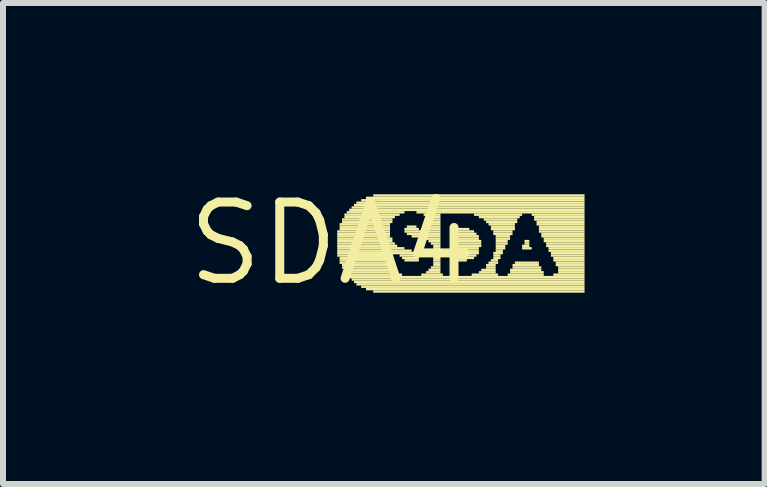
<source format=kicad_pcb>
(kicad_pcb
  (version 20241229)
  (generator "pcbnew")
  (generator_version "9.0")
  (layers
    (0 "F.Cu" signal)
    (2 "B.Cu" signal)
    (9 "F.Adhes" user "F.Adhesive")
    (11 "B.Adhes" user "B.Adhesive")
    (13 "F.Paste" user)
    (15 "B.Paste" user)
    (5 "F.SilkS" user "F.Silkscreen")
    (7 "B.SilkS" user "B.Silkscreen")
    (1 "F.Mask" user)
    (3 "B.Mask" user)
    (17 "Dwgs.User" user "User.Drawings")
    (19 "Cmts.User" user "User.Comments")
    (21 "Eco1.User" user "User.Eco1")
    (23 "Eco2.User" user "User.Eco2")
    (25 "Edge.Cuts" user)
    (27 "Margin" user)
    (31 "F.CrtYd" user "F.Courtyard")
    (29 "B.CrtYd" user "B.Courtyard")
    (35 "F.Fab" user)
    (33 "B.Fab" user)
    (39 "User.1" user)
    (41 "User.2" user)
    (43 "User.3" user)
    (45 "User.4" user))
  (footprint "SDA4"
    (layer "F.Cu")
    (at 2.487 1.006)
    (property "Reference" "SDA4" (at 0 0 0) (layer "F.SilkS") (effects (font (size 1.27 1.27) (thickness 0.15))))
    (fp_poly (pts (xy 0.08 -0.18) (xy 0.96 -0.18) (xy 0.96 -0.22) (xy 0.08 -0.22)) (stroke (width 0) (type default)) (fill yes) (layer "F.SilkS"))
    (fp_poly (pts (xy 0.08 -0.14) (xy 0.96 -0.14) (xy 0.96 -0.18) (xy 0.08 -0.18)) (stroke (width 0) (type default)) (fill yes) (layer "F.SilkS"))
    (fp_poly (pts (xy 0.08 -0.1) (xy 0.96 -0.1) (xy 0.96 -0.14) (xy 0.08 -0.14)) (stroke (width 0) (type default)) (fill yes) (layer "F.SilkS"))
    (fp_poly (pts (xy 0.08 -0.06) (xy 1 -0.06) (xy 1 -0.1) (xy 0.08 -0.1)) (stroke (width 0) (type default)) (fill yes) (layer "F.SilkS"))
    (fp_poly (pts (xy 0.08 -0.02) (xy 1 -0.02) (xy 1 -0.06) (xy 0.08 -0.06)) (stroke (width 0) (type default)) (fill yes) (layer "F.SilkS"))
    (fp_poly (pts (xy 0.08 0.02) (xy 1.04 0.02) (xy 1.04 -0.02) (xy 0.08 -0.02)) (stroke (width 0) (type default)) (fill yes) (layer "F.SilkS"))
    (fp_poly (pts (xy 0.08 0.06) (xy 1.08 0.06) (xy 1.08 0.02) (xy 0.08 0.02)) (stroke (width 0) (type default)) (fill yes) (layer "F.SilkS"))
    (fp_poly (pts (xy 0.08 0.1) (xy 1.2 0.1) (xy 1.2 0.06) (xy 0.08 0.06)) (stroke (width 0) (type default)) (fill yes) (layer "F.SilkS"))
    (fp_poly (pts (xy 0.08 0.14) (xy 1.32 0.14) (xy 1.32 0.1) (xy 0.08 0.1)) (stroke (width 0) (type default)) (fill yes) (layer "F.SilkS"))
    (fp_poly (pts (xy 0.08 0.18) (xy 1.44 0.18) (xy 1.44 0.14) (xy 0.08 0.14)) (stroke (width 0) (type default)) (fill yes) (layer "F.SilkS"))
    (fp_poly (pts (xy 0.08 0.22) (xy 1 0.22) (xy 1 0.18) (xy 0.08 0.18)) (stroke (width 0) (type default)) (fill yes) (layer "F.SilkS"))
    (fp_poly (pts (xy 0.12 -0.3) (xy 0.96 -0.3) (xy 0.96 -0.34) (xy 0.12 -0.34)) (stroke (width 0) (type default)) (fill yes) (layer "F.SilkS"))
    (fp_poly (pts (xy 0.12 -0.26) (xy 0.96 -0.26) (xy 0.96 -0.3) (xy 0.12 -0.3)) (stroke (width 0) (type default)) (fill yes) (layer "F.SilkS"))
    (fp_poly (pts (xy 0.12 -0.22) (xy 0.96 -0.22) (xy 0.96 -0.26) (xy 0.12 -0.26)) (stroke (width 0) (type default)) (fill yes) (layer "F.SilkS"))
    (fp_poly (pts (xy 0.12 0.26) (xy 0.96 0.26) (xy 0.96 0.22) (xy 0.12 0.22)) (stroke (width 0) (type default)) (fill yes) (layer "F.SilkS"))
    (fp_poly (pts (xy 0.12 0.3) (xy 0.96 0.3) (xy 0.96 0.26) (xy 0.12 0.26)) (stroke (width 0) (type default)) (fill yes) (layer "F.SilkS"))
    (fp_poly (pts (xy 0.12 0.34) (xy 0.96 0.34) (xy 0.96 0.3) (xy 0.12 0.3)) (stroke (width 0) (type default)) (fill yes) (layer "F.SilkS"))
    (fp_poly (pts (xy 0.16 -0.38) (xy 1 -0.38) (xy 1 -0.42) (xy 0.16 -0.42)) (stroke (width 0) (type default)) (fill yes) (layer "F.SilkS"))
    (fp_poly (pts (xy 0.16 -0.34) (xy 1 -0.34) (xy 1 -0.38) (xy 0.16 -0.38)) (stroke (width 0) (type default)) (fill yes) (layer "F.SilkS"))
    (fp_poly (pts (xy 0.16 0.38) (xy 0.96 0.38) (xy 0.96 0.34) (xy 0.16 0.34)) (stroke (width 0) (type default)) (fill yes) (layer "F.SilkS"))
    (fp_poly (pts (xy 0.16 0.42) (xy 1 0.42) (xy 1 0.38) (xy 0.16 0.38)) (stroke (width 0) (type default)) (fill yes) (layer "F.SilkS"))
    (fp_poly (pts (xy 0.2 -0.46) (xy 1.12 -0.46) (xy 1.12 -0.5) (xy 0.2 -0.5)) (stroke (width 0) (type default)) (fill yes) (layer "F.SilkS"))
    (fp_poly (pts (xy 0.2 -0.42) (xy 1.04 -0.42) (xy 1.04 -0.46) (xy 0.2 -0.46)) (stroke (width 0) (type default)) (fill yes) (layer "F.SilkS"))
    (fp_poly (pts (xy 0.2 0.46) (xy 1 0.46) (xy 1 0.42) (xy 0.2 0.42)) (stroke (width 0) (type default)) (fill yes) (layer "F.SilkS"))
    (fp_poly (pts (xy 0.2 0.5) (xy 1.08 0.5) (xy 1.08 0.46) (xy 0.2 0.46)) (stroke (width 0) (type default)) (fill yes) (layer "F.SilkS"))
    (fp_poly (pts (xy 0.24 -0.5) (xy 1.2 -0.5) (xy 1.2 -0.54) (xy 0.24 -0.54)) (stroke (width 0) (type default)) (fill yes) (layer "F.SilkS"))
    (fp_poly (pts (xy 0.24 0.54) (xy 1.16 0.54) (xy 1.16 0.5) (xy 0.24 0.5)) (stroke (width 0) (type default)) (fill yes) (layer "F.SilkS"))
    (fp_poly (pts (xy 0.28 -0.54) (xy 4.2 -0.54) (xy 4.2 -0.58) (xy 0.28 -0.58)) (stroke (width 0) (type default)) (fill yes) (layer "F.SilkS"))
    (fp_poly (pts (xy 0.28 0.58) (xy 4.2 0.58) (xy 4.2 0.54) (xy 0.28 0.54)) (stroke (width 0) (type default)) (fill yes) (layer "F.SilkS"))
    (fp_poly (pts (xy 0.32 -0.58) (xy 4.2 -0.58) (xy 4.2 -0.62) (xy 0.32 -0.62)) (stroke (width 0) (type default)) (fill yes) (layer "F.SilkS"))
    (fp_poly (pts (xy 0.32 0.62) (xy 4.2 0.62) (xy 4.2 0.58) (xy 0.32 0.58)) (stroke (width 0) (type default)) (fill yes) (layer "F.SilkS"))
    (fp_poly (pts (xy 0.36 -0.62) (xy 4.2 -0.62) (xy 4.2 -0.66) (xy 0.36 -0.66)) (stroke (width 0) (type default)) (fill yes) (layer "F.SilkS"))
    (fp_poly (pts (xy 0.36 0.66) (xy 4.2 0.66) (xy 4.2 0.62) (xy 0.36 0.62)) (stroke (width 0) (type default)) (fill yes) (layer "F.SilkS"))
    (fp_poly (pts (xy 0.4 -0.66) (xy 4.2 -0.66) (xy 4.2 -0.7) (xy 0.4 -0.7)) (stroke (width 0) (type default)) (fill yes) (layer "F.SilkS"))
    (fp_poly (pts (xy 0.4 0.7) (xy 4.2 0.7) (xy 4.2 0.66) (xy 0.4 0.66)) (stroke (width 0) (type default)) (fill yes) (layer "F.SilkS"))
    (fp_poly (pts (xy 0.48 -0.7) (xy 4.2 -0.7) (xy 4.2 -0.74) (xy 0.48 -0.74)) (stroke (width 0) (type default)) (fill yes) (layer "F.SilkS"))
    (fp_poly (pts (xy 0.48 0.74) (xy 4.2 0.74) (xy 4.2 0.7) (xy 0.48 0.7)) (stroke (width 0) (type default)) (fill yes) (layer "F.SilkS"))
    (fp_poly (pts (xy 0.56 -0.74) (xy 4.2 -0.74) (xy 4.2 -0.78) (xy 0.56 -0.78)) (stroke (width 0) (type default)) (fill yes) (layer "F.SilkS"))
    (fp_poly (pts (xy 0.56 0.78) (xy 4.2 0.78) (xy 4.2 0.74) (xy 0.56 0.74)) (stroke (width 0) (type default)) (fill yes) (layer "F.SilkS"))
    (fp_poly (pts (xy 0.68 -0.78) (xy 4.2 -0.78) (xy 4.2 -0.82) (xy 0.68 -0.82)) (stroke (width 0) (type default)) (fill yes) (layer "F.SilkS"))
    (fp_poly (pts (xy 0.68 0.82) (xy 4.2 0.82) (xy 4.2 0.78) (xy 0.68 0.78)) (stroke (width 0) (type default)) (fill yes) (layer "F.SilkS"))
    (fp_poly (pts (xy 1.12 0.22) (xy 1.44 0.22) (xy 1.44 0.18) (xy 1.12 0.18)) (stroke (width 0) (type default)) (fill yes) (layer "F.SilkS"))
    (fp_poly (pts (xy 1.16 0.26) (xy 1.44 0.26) (xy 1.44 0.22) (xy 1.16 0.22)) (stroke (width 0) (type default)) (fill yes) (layer "F.SilkS"))
    (fp_poly (pts (xy 1.2 -0.22) (xy 1.44 -0.22) (xy 1.44 -0.26) (xy 1.2 -0.26)) (stroke (width 0) (type default)) (fill yes) (layer "F.SilkS"))
    (fp_poly (pts (xy 1.2 -0.18) (xy 1.8 -0.18) (xy 1.8 -0.22) (xy 1.2 -0.22)) (stroke (width 0) (type default)) (fill yes) (layer "F.SilkS"))
    (fp_poly (pts (xy 1.2 0.3) (xy 1.44 0.3) (xy 1.44 0.26) (xy 1.2 0.26)) (stroke (width 0) (type default)) (fill yes) (layer "F.SilkS"))
    (fp_poly (pts (xy 1.24 -0.26) (xy 1.4 -0.26) (xy 1.4 -0.3) (xy 1.24 -0.3)) (stroke (width 0) (type default)) (fill yes) (layer "F.SilkS"))
    (fp_poly (pts (xy 1.24 -0.14) (xy 1.8 -0.14) (xy 1.8 -0.18) (xy 1.24 -0.18)) (stroke (width 0) (type default)) (fill yes) (layer "F.SilkS"))
    (fp_poly (pts (xy 1.32 -0.1) (xy 1.8 -0.1) (xy 1.8 -0.14) (xy 1.32 -0.14)) (stroke (width 0) (type default)) (fill yes) (layer "F.SilkS"))
    (fp_poly (pts (xy 1.4 -0.5) (xy 4.2 -0.5) (xy 4.2 -0.54) (xy 1.4 -0.54)) (stroke (width 0) (type default)) (fill yes) (layer "F.SilkS"))
    (fp_poly (pts (xy 1.48 -0.06) (xy 1.8 -0.06) (xy 1.8 -0.1) (xy 1.48 -0.1)) (stroke (width 0) (type default)) (fill yes) (layer "F.SilkS"))
    (fp_poly (pts (xy 1.48 0.54) (xy 1.84 0.54) (xy 1.84 0.5) (xy 1.48 0.5)) (stroke (width 0) (type default)) (fill yes) (layer "F.SilkS"))
    (fp_poly (pts (xy 1.52 -0.46) (xy 1.8 -0.46) (xy 1.8 -0.5) (xy 1.52 -0.5)) (stroke (width 0) (type default)) (fill yes) (layer "F.SilkS"))
    (fp_poly (pts (xy 1.56 -0.22) (xy 1.8 -0.22) (xy 1.8 -0.26) (xy 1.56 -0.26)) (stroke (width 0) (type default)) (fill yes) (layer "F.SilkS"))
    (fp_poly (pts (xy 1.56 0.5) (xy 1.8 0.5) (xy 1.8 0.46) (xy 1.56 0.46)) (stroke (width 0) (type default)) (fill yes) (layer "F.SilkS"))
    (fp_poly (pts (xy 1.6 -0.42) (xy 1.8 -0.42) (xy 1.8 -0.46) (xy 1.6 -0.46)) (stroke (width 0) (type default)) (fill yes) (layer "F.SilkS"))
    (fp_poly (pts (xy 1.6 -0.26) (xy 1.8 -0.26) (xy 1.8 -0.3) (xy 1.6 -0.3)) (stroke (width 0) (type default)) (fill yes) (layer "F.SilkS"))
    (fp_poly (pts (xy 1.6 -0.02) (xy 1.8 -0.02) (xy 1.8 -0.06) (xy 1.6 -0.06)) (stroke (width 0) (type default)) (fill yes) (layer "F.SilkS"))
    (fp_poly (pts (xy 1.6 0.46) (xy 1.8 0.46) (xy 1.8 0.42) (xy 1.6 0.42)) (stroke (width 0) (type default)) (fill yes) (layer "F.SilkS"))
    (fp_poly (pts (xy 1.64 -0.38) (xy 1.8 -0.38) (xy 1.8 -0.42) (xy 1.64 -0.42)) (stroke (width 0) (type default)) (fill yes) (layer "F.SilkS"))
    (fp_poly (pts (xy 1.64 -0.34) (xy 1.8 -0.34) (xy 1.8 -0.38) (xy 1.64 -0.38)) (stroke (width 0) (type default)) (fill yes) (layer "F.SilkS"))
    (fp_poly (pts (xy 1.64 -0.3) (xy 1.8 -0.3) (xy 1.8 -0.34) (xy 1.64 -0.34)) (stroke (width 0) (type default)) (fill yes) (layer "F.SilkS"))
    (fp_poly (pts (xy 1.64 0.02) (xy 1.8 0.02) (xy 1.8 -0.02) (xy 1.64 -0.02)) (stroke (width 0) (type default)) (fill yes) (layer "F.SilkS"))
    (fp_poly (pts (xy 1.64 0.42) (xy 1.8 0.42) (xy 1.8 0.38) (xy 1.64 0.38)) (stroke (width 0) (type default)) (fill yes) (layer "F.SilkS"))
    (fp_poly (pts (xy 1.68 0.06) (xy 1.8 0.06) (xy 1.8 0.02) (xy 1.68 0.02)) (stroke (width 0) (type default)) (fill yes) (layer "F.SilkS"))
    (fp_poly (pts (xy 1.68 0.1) (xy 1.8 0.1) (xy 1.8 0.06) (xy 1.68 0.06)) (stroke (width 0) (type default)) (fill yes) (layer "F.SilkS"))
    (fp_poly (pts (xy 1.68 0.14) (xy 1.8 0.14) (xy 1.8 0.1) (xy 1.68 0.1)) (stroke (width 0) (type default)) (fill yes) (layer "F.SilkS"))
    (fp_poly (pts (xy 1.68 0.18) (xy 1.8 0.18) (xy 1.8 0.14) (xy 1.68 0.14)) (stroke (width 0) (type default)) (fill yes) (layer "F.SilkS"))
    (fp_poly (pts (xy 1.68 0.26) (xy 1.8 0.26) (xy 1.8 0.22) (xy 1.68 0.22)) (stroke (width 0) (type default)) (fill yes) (layer "F.SilkS"))
    (fp_poly (pts (xy 1.68 0.3) (xy 1.8 0.3) (xy 1.8 0.26) (xy 1.68 0.26)) (stroke (width 0) (type default)) (fill yes) (layer "F.SilkS"))
    (fp_poly (pts (xy 1.68 0.34) (xy 1.8 0.34) (xy 1.8 0.3) (xy 1.68 0.3)) (stroke (width 0) (type default)) (fill yes) (layer "F.SilkS"))
    (fp_poly (pts (xy 1.68 0.38) (xy 1.8 0.38) (xy 1.8 0.34) (xy 1.68 0.34)) (stroke (width 0) (type default)) (fill yes) (layer "F.SilkS"))
    (fp_poly (pts (xy 1.72 0.22) (xy 1.8 0.22) (xy 1.8 0.18) (xy 1.72 0.18)) (stroke (width 0) (type default)) (fill yes) (layer "F.SilkS"))
    (fp_poly (pts (xy 2.04 -0.22) (xy 2.28 -0.22) (xy 2.28 -0.26) (xy 2.04 -0.26)) (stroke (width 0) (type default)) (fill yes) (layer "F.SilkS"))
    (fp_poly (pts (xy 2.04 -0.18) (xy 2.36 -0.18) (xy 2.36 -0.22) (xy 2.04 -0.22)) (stroke (width 0) (type default)) (fill yes) (layer "F.SilkS"))
    (fp_poly (pts (xy 2.04 -0.14) (xy 2.4 -0.14) (xy 2.4 -0.18) (xy 2.04 -0.18)) (stroke (width 0) (type default)) (fill yes) (layer "F.SilkS"))
    (fp_poly (pts (xy 2.04 -0.1) (xy 2.44 -0.1) (xy 2.44 -0.14) (xy 2.04 -0.14)) (stroke (width 0) (type default)) (fill yes) (layer "F.SilkS"))
    (fp_poly (pts (xy 2.04 -0.06) (xy 2.44 -0.06) (xy 2.44 -0.1) (xy 2.04 -0.1)) (stroke (width 0) (type default)) (fill yes) (layer "F.SilkS"))
    (fp_poly (pts (xy 2.04 -0.02) (xy 2.48 -0.02) (xy 2.48 -0.06) (xy 2.04 -0.06)) (stroke (width 0) (type default)) (fill yes) (layer "F.SilkS"))
    (fp_poly (pts (xy 2.04 0.02) (xy 2.48 0.02) (xy 2.48 -0.02) (xy 2.04 -0.02)) (stroke (width 0) (type default)) (fill yes) (layer "F.SilkS"))
    (fp_poly (pts (xy 2.04 0.06) (xy 2.48 0.06) (xy 2.48 0.02) (xy 2.04 0.02)) (stroke (width 0) (type default)) (fill yes) (layer "F.SilkS"))
    (fp_poly (pts (xy 2.04 0.1) (xy 2.44 0.1) (xy 2.44 0.06) (xy 2.04 0.06)) (stroke (width 0) (type default)) (fill yes) (layer "F.SilkS"))
    (fp_poly (pts (xy 2.04 0.14) (xy 2.44 0.14) (xy 2.44 0.1) (xy 2.04 0.1)) (stroke (width 0) (type default)) (fill yes) (layer "F.SilkS"))
    (fp_poly (pts (xy 2.04 0.18) (xy 2.44 0.18) (xy 2.44 0.14) (xy 2.04 0.14)) (stroke (width 0) (type default)) (fill yes) (layer "F.SilkS"))
    (fp_poly (pts (xy 2.04 0.22) (xy 2.4 0.22) (xy 2.4 0.18) (xy 2.04 0.18)) (stroke (width 0) (type default)) (fill yes) (layer "F.SilkS"))
    (fp_poly (pts (xy 2.04 0.26) (xy 2.36 0.26) (xy 2.36 0.22) (xy 2.04 0.22)) (stroke (width 0) (type default)) (fill yes) (layer "F.SilkS"))
    (fp_poly (pts (xy 2.08 0.3) (xy 2.24 0.3) (xy 2.24 0.26) (xy 2.08 0.26)) (stroke (width 0) (type default)) (fill yes) (layer "F.SilkS"))
    (fp_poly (pts (xy 2.32 0.54) (xy 2.76 0.54) (xy 2.76 0.5) (xy 2.32 0.5)) (stroke (width 0) (type default)) (fill yes) (layer "F.SilkS"))
    (fp_poly (pts (xy 2.36 -0.46) (xy 3.16 -0.46) (xy 3.16 -0.5) (xy 2.36 -0.5)) (stroke (width 0) (type default)) (fill yes) (layer "F.SilkS"))
    (fp_poly (pts (xy 2.44 -0.42) (xy 3.12 -0.42) (xy 3.12 -0.46) (xy 2.44 -0.46)) (stroke (width 0) (type default)) (fill yes) (layer "F.SilkS"))
    (fp_poly (pts (xy 2.44 0.5) (xy 2.72 0.5) (xy 2.72 0.46) (xy 2.44 0.46)) (stroke (width 0) (type default)) (fill yes) (layer "F.SilkS"))
    (fp_poly (pts (xy 2.48 0.46) (xy 2.72 0.46) (xy 2.72 0.42) (xy 2.48 0.42)) (stroke (width 0) (type default)) (fill yes) (layer "F.SilkS"))
    (fp_poly (pts (xy 2.52 -0.38) (xy 3.08 -0.38) (xy 3.08 -0.42) (xy 2.52 -0.42)) (stroke (width 0) (type default)) (fill yes) (layer "F.SilkS"))
    (fp_poly (pts (xy 2.56 -0.34) (xy 3.08 -0.34) (xy 3.08 -0.38) (xy 2.56 -0.38)) (stroke (width 0) (type default)) (fill yes) (layer "F.SilkS"))
    (fp_poly (pts (xy 2.56 0.38) (xy 2.72 0.38) (xy 2.72 0.34) (xy 2.56 0.34)) (stroke (width 0) (type default)) (fill yes) (layer "F.SilkS"))
    (fp_poly (pts (xy 2.56 0.42) (xy 2.72 0.42) (xy 2.72 0.38) (xy 2.56 0.38)) (stroke (width 0) (type default)) (fill yes) (layer "F.SilkS"))
    (fp_poly (pts (xy 2.6 -0.3) (xy 3.04 -0.3) (xy 3.04 -0.34) (xy 2.6 -0.34)) (stroke (width 0) (type default)) (fill yes) (layer "F.SilkS"))
    (fp_poly (pts (xy 2.6 0.34) (xy 2.76 0.34) (xy 2.76 0.3) (xy 2.6 0.3)) (stroke (width 0) (type default)) (fill yes) (layer "F.SilkS"))
    (fp_poly (pts (xy 2.64 -0.26) (xy 3.04 -0.26) (xy 3.04 -0.3) (xy 2.64 -0.3)) (stroke (width 0) (type default)) (fill yes) (layer "F.SilkS"))
    (fp_poly (pts (xy 2.64 -0.22) (xy 3.04 -0.22) (xy 3.04 -0.26) (xy 2.64 -0.26)) (stroke (width 0) (type default)) (fill yes) (layer "F.SilkS"))
    (fp_poly (pts (xy 2.64 0.3) (xy 2.76 0.3) (xy 2.76 0.26) (xy 2.64 0.26)) (stroke (width 0) (type default)) (fill yes) (layer "F.SilkS"))
    (fp_poly (pts (xy 2.68 -0.18) (xy 3 -0.18) (xy 3 -0.22) (xy 2.68 -0.22)) (stroke (width 0) (type default)) (fill yes) (layer "F.SilkS"))
    (fp_poly (pts (xy 2.68 -0.14) (xy 3 -0.14) (xy 3 -0.18) (xy 2.68 -0.18)) (stroke (width 0) (type default)) (fill yes) (layer "F.SilkS"))
    (fp_poly (pts (xy 2.68 0.18) (xy 2.84 0.18) (xy 2.84 0.14) (xy 2.68 0.14)) (stroke (width 0) (type default)) (fill yes) (layer "F.SilkS"))
    (fp_poly (pts (xy 2.68 0.22) (xy 2.8 0.22) (xy 2.8 0.18) (xy 2.68 0.18)) (stroke (width 0) (type default)) (fill yes) (layer "F.SilkS"))
    (fp_poly (pts (xy 2.68 0.26) (xy 2.8 0.26) (xy 2.8 0.22) (xy 2.68 0.22)) (stroke (width 0) (type default)) (fill yes) (layer "F.SilkS"))
    (fp_poly (pts (xy 2.72 -0.1) (xy 2.96 -0.1) (xy 2.96 -0.14) (xy 2.72 -0.14)) (stroke (width 0) (type default)) (fill yes) (layer "F.SilkS"))
    (fp_poly (pts (xy 2.72 -0.06) (xy 2.96 -0.06) (xy 2.96 -0.1) (xy 2.72 -0.1)) (stroke (width 0) (type default)) (fill yes) (layer "F.SilkS"))
    (fp_poly (pts (xy 2.72 -0.02) (xy 2.92 -0.02) (xy 2.92 -0.06) (xy 2.72 -0.06)) (stroke (width 0) (type default)) (fill yes) (layer "F.SilkS"))
    (fp_poly (pts (xy 2.72 0.02) (xy 2.92 0.02) (xy 2.92 -0.02) (xy 2.72 -0.02)) (stroke (width 0) (type default)) (fill yes) (layer "F.SilkS"))
    (fp_poly (pts (xy 2.72 0.06) (xy 2.88 0.06) (xy 2.88 0.02) (xy 2.72 0.02)) (stroke (width 0) (type default)) (fill yes) (layer "F.SilkS"))
    (fp_poly (pts (xy 2.72 0.1) (xy 2.88 0.1) (xy 2.88 0.06) (xy 2.72 0.06)) (stroke (width 0) (type default)) (fill yes) (layer "F.SilkS"))
    (fp_poly (pts (xy 2.72 0.14) (xy 2.84 0.14) (xy 2.84 0.1) (xy 2.72 0.1)) (stroke (width 0) (type default)) (fill yes) (layer "F.SilkS"))
    (fp_poly (pts (xy 2.92 0.54) (xy 3.52 0.54) (xy 3.52 0.5) (xy 2.92 0.5)) (stroke (width 0) (type default)) (fill yes) (layer "F.SilkS"))
    (fp_poly (pts (xy 2.96 0.46) (xy 3.48 0.46) (xy 3.48 0.42) (xy 2.96 0.42)) (stroke (width 0) (type default)) (fill yes) (layer "F.SilkS"))
    (fp_poly (pts (xy 2.96 0.5) (xy 3.52 0.5) (xy 3.52 0.46) (xy 2.96 0.46)) (stroke (width 0) (type default)) (fill yes) (layer "F.SilkS"))
    (fp_poly (pts (xy 3 0.38) (xy 3.44 0.38) (xy 3.44 0.34) (xy 3 0.34)) (stroke (width 0) (type default)) (fill yes) (layer "F.SilkS"))
    (fp_poly (pts (xy 3 0.42) (xy 3.48 0.42) (xy 3.48 0.38) (xy 3 0.38)) (stroke (width 0) (type default)) (fill yes) (layer "F.SilkS"))
    (fp_poly (pts (xy 3.04 0.34) (xy 3.44 0.34) (xy 3.44 0.3) (xy 3.04 0.3)) (stroke (width 0) (type default)) (fill yes) (layer "F.SilkS"))
    (fp_poly (pts (xy 3.16 0.06) (xy 3.28 0.06) (xy 3.28 0.02) (xy 3.16 0.02)) (stroke (width 0) (type default)) (fill yes) (layer "F.SilkS"))
    (fp_poly (pts (xy 3.16 0.1) (xy 3.32 0.1) (xy 3.32 0.06) (xy 3.16 0.06)) (stroke (width 0) (type default)) (fill yes) (layer "F.SilkS"))
    (fp_poly (pts (xy 3.2 -0.02) (xy 3.28 -0.02) (xy 3.28 -0.06) (xy 3.2 -0.06)) (stroke (width 0) (type default)) (fill yes) (layer "F.SilkS"))
    (fp_poly (pts (xy 3.2 0.02) (xy 3.28 0.02) (xy 3.28 -0.02) (xy 3.2 -0.02)) (stroke (width 0) (type default)) (fill yes) (layer "F.SilkS"))
    (fp_poly (pts (xy 3.32 -0.46) (xy 4.2 -0.46) (xy 4.2 -0.5) (xy 3.32 -0.5)) (stroke (width 0) (type default)) (fill yes) (layer "F.SilkS"))
    (fp_poly (pts (xy 3.36 -0.42) (xy 4.2 -0.42) (xy 4.2 -0.46) (xy 3.36 -0.46)) (stroke (width 0) (type default)) (fill yes) (layer "F.SilkS"))
    (fp_poly (pts (xy 3.36 -0.38) (xy 4.2 -0.38) (xy 4.2 -0.42) (xy 3.36 -0.42)) (stroke (width 0) (type default)) (fill yes) (layer "F.SilkS"))
    (fp_poly (pts (xy 3.4 -0.34) (xy 4.2 -0.34) (xy 4.2 -0.38) (xy 3.4 -0.38)) (stroke (width 0) (type default)) (fill yes) (layer "F.SilkS"))
    (fp_poly (pts (xy 3.4 -0.3) (xy 4.2 -0.3) (xy 4.2 -0.34) (xy 3.4 -0.34)) (stroke (width 0) (type default)) (fill yes) (layer "F.SilkS"))
    (fp_poly (pts (xy 3.44 -0.26) (xy 4.2 -0.26) (xy 4.2 -0.3) (xy 3.44 -0.3)) (stroke (width 0) (type default)) (fill yes) (layer "F.SilkS"))
    (fp_poly (pts (xy 3.44 -0.22) (xy 4.2 -0.22) (xy 4.2 -0.26) (xy 3.44 -0.26)) (stroke (width 0) (type default)) (fill yes) (layer "F.SilkS"))
    (fp_poly (pts (xy 3.44 -0.18) (xy 4.2 -0.18) (xy 4.2 -0.22) (xy 3.44 -0.22)) (stroke (width 0) (type default)) (fill yes) (layer "F.SilkS"))
    (fp_poly (pts (xy 3.48 -0.14) (xy 4.2 -0.14) (xy 4.2 -0.18) (xy 3.48 -0.18)) (stroke (width 0) (type default)) (fill yes) (layer "F.SilkS"))
    (fp_poly (pts (xy 3.48 -0.1) (xy 4.2 -0.1) (xy 4.2 -0.14) (xy 3.48 -0.14)) (stroke (width 0) (type default)) (fill yes) (layer "F.SilkS"))
    (fp_poly (pts (xy 3.52 -0.06) (xy 4.2 -0.06) (xy 4.2 -0.1) (xy 3.52 -0.1)) (stroke (width 0) (type default)) (fill yes) (layer "F.SilkS"))
    (fp_poly (pts (xy 3.52 -0.02) (xy 4.2 -0.02) (xy 4.2 -0.06) (xy 3.52 -0.06)) (stroke (width 0) (type default)) (fill yes) (layer "F.SilkS"))
    (fp_poly (pts (xy 3.56 0.02) (xy 4.2 0.02) (xy 4.2 -0.02) (xy 3.56 -0.02)) (stroke (width 0) (type default)) (fill yes) (layer "F.SilkS"))
    (fp_poly (pts (xy 3.56 0.06) (xy 4.2 0.06) (xy 4.2 0.02) (xy 3.56 0.02)) (stroke (width 0) (type default)) (fill yes) (layer "F.SilkS"))
    (fp_poly (pts (xy 3.6 0.1) (xy 4.2 0.1) (xy 4.2 0.06) (xy 3.6 0.06)) (stroke (width 0) (type default)) (fill yes) (layer "F.SilkS"))
    (fp_poly (pts (xy 3.6 0.14) (xy 4.2 0.14) (xy 4.2 0.1) (xy 3.6 0.1)) (stroke (width 0) (type default)) (fill yes) (layer "F.SilkS"))
    (fp_poly (pts (xy 3.64 0.18) (xy 4.2 0.18) (xy 4.2 0.14) (xy 3.64 0.14)) (stroke (width 0) (type default)) (fill yes) (layer "F.SilkS"))
    (fp_poly (pts (xy 3.64 0.22) (xy 4.2 0.22) (xy 4.2 0.18) (xy 3.64 0.18)) (stroke (width 0) (type default)) (fill yes) (layer "F.SilkS"))
    (fp_poly (pts (xy 3.68 0.26) (xy 4.2 0.26) (xy 4.2 0.22) (xy 3.68 0.22)) (stroke (width 0) (type default)) (fill yes) (layer "F.SilkS"))
    (fp_poly (pts (xy 3.68 0.3) (xy 4.2 0.3) (xy 4.2 0.26) (xy 3.68 0.26)) (stroke (width 0) (type default)) (fill yes) (layer "F.SilkS"))
    (fp_poly (pts (xy 3.68 0.54) (xy 4.2 0.54) (xy 4.2 0.5) (xy 3.68 0.5)) (stroke (width 0) (type default)) (fill yes) (layer "F.SilkS"))
    (fp_poly (pts (xy 3.72 0.34) (xy 4.2 0.34) (xy 4.2 0.3) (xy 3.72 0.3)) (stroke (width 0) (type default)) (fill yes) (layer "F.SilkS"))
    (fp_poly (pts (xy 3.72 0.38) (xy 4.2 0.38) (xy 4.2 0.34) (xy 3.72 0.34)) (stroke (width 0) (type default)) (fill yes) (layer "F.SilkS"))
    (fp_poly (pts (xy 3.76 0.42) (xy 4.2 0.42) (xy 4.2 0.38) (xy 3.76 0.38)) (stroke (width 0) (type default)) (fill yes) (layer "F.SilkS"))
    (fp_poly (pts (xy 3.76 0.46) (xy 4.2 0.46) (xy 4.2 0.42) (xy 3.76 0.42)) (stroke (width 0) (type default)) (fill yes) (layer "F.SilkS"))
    (fp_poly (pts (xy 3.76 0.5) (xy 4.2 0.5) (xy 4.2 0.46) (xy 3.76 0.46)) (stroke (width 0) (type default)) (fill yes) (layer "F.SilkS")))
  (gr_rect
    (start -3 -3)
    (end 9.687 5.012)
    (stroke (width 0.1) (type default))
    (fill no)
    (layer "Edge.Cuts")))
</source>
